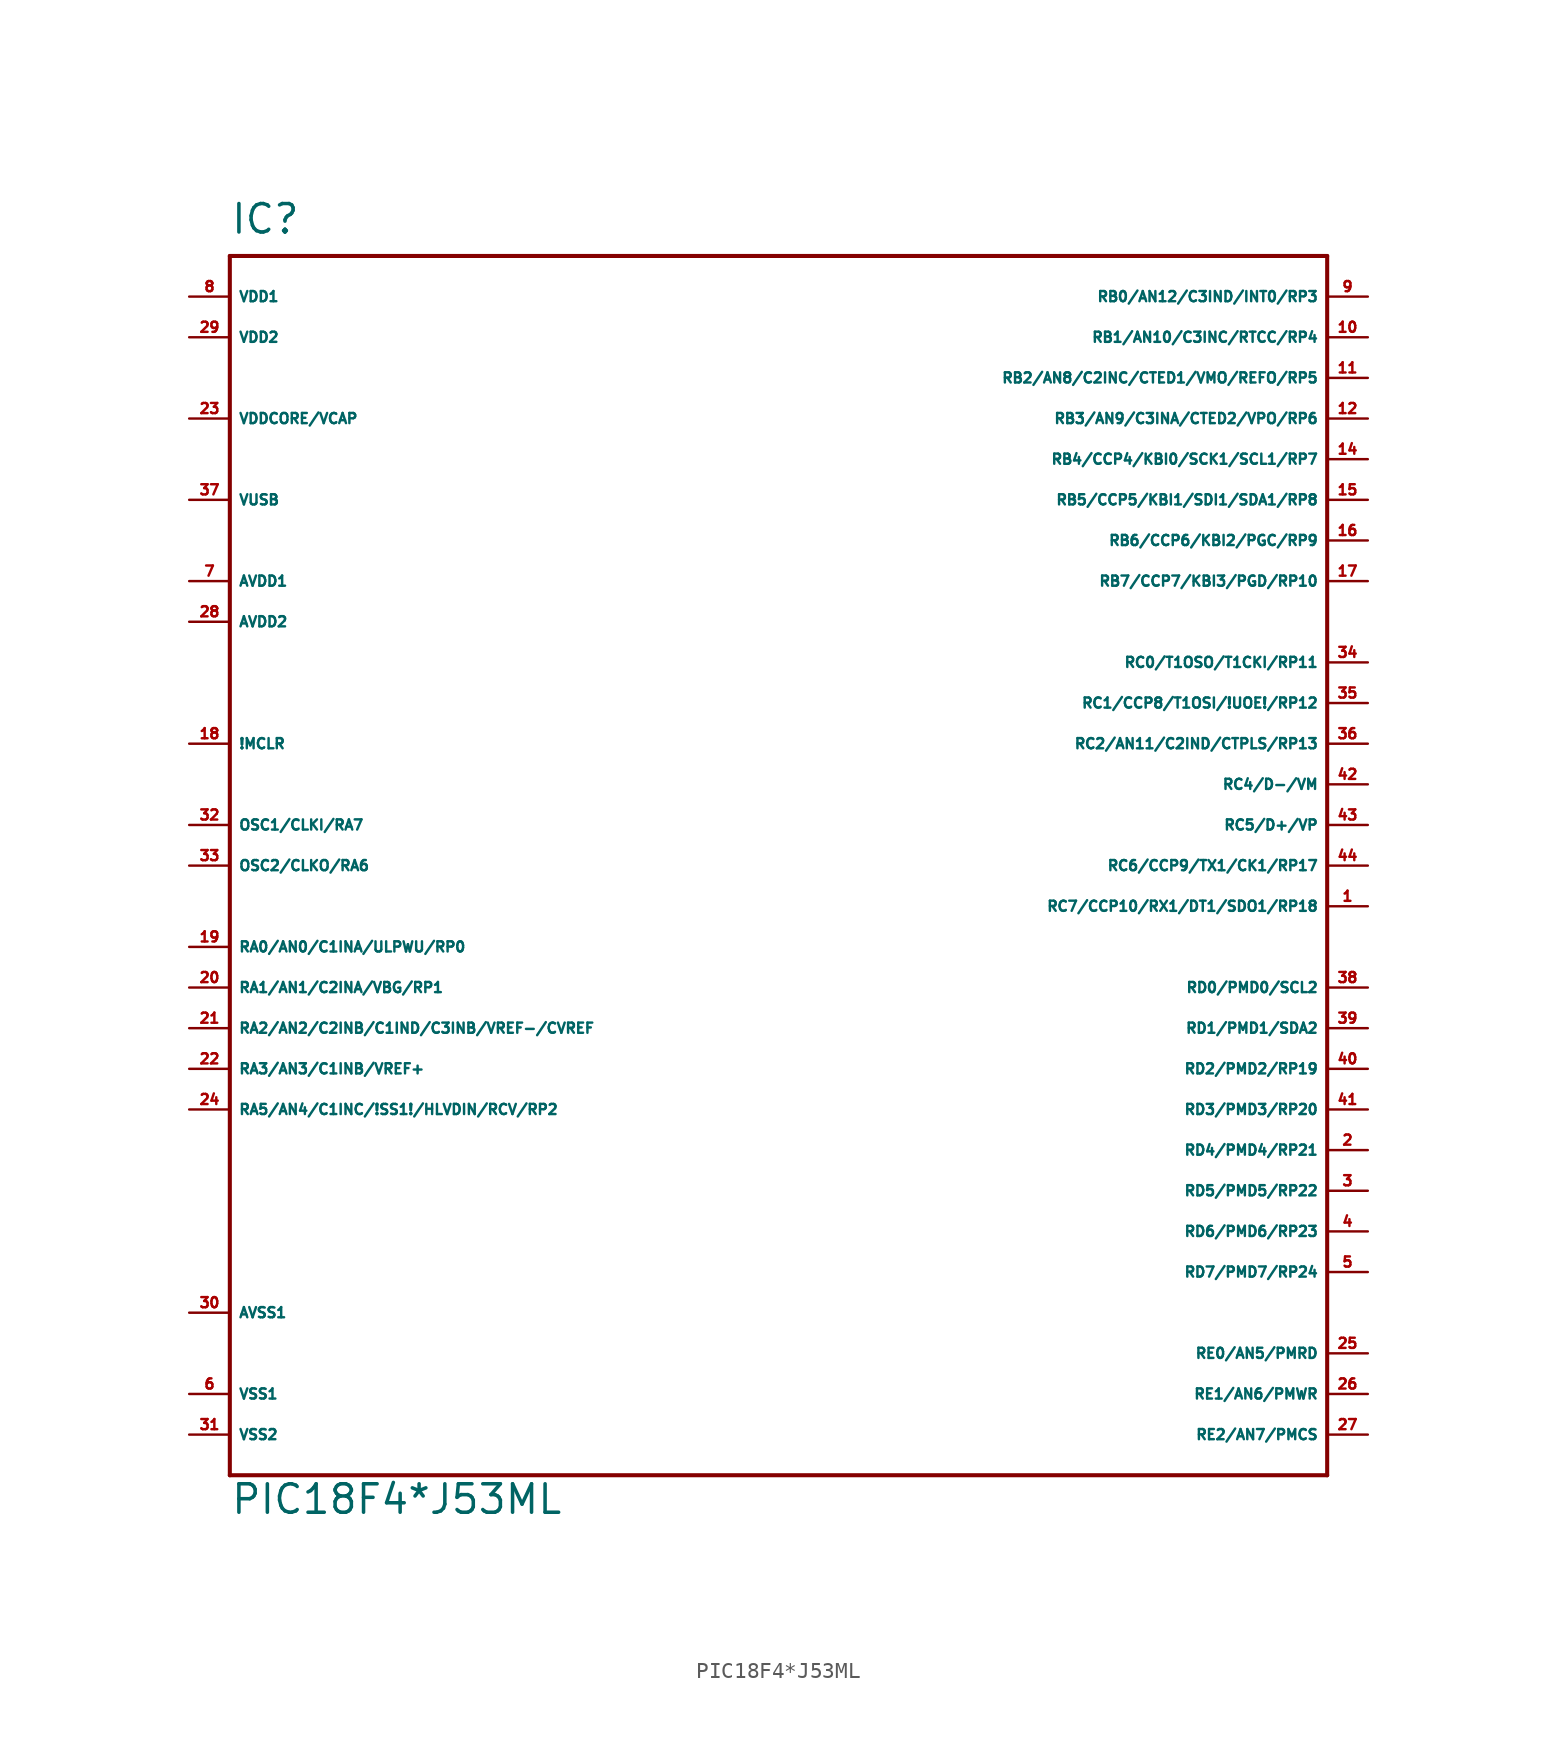
<source format=kicad_sym>
(kicad_symbol_lib
  (version 20220914)
  (generator Eagle2Kicad)
  (symbol "PIC18F4*J53ML"
    (property "Reference" "IC"
      (at -33.02 39.37 0)
      (effects (font (size 1.778 1.778) (thickness 0.22)) (justify left bottom)))
    (property "Value" "PIC18F4*J53ML"
      (at -33.02 -40.64 0)
      (effects (font (size 1.778 1.778) (thickness 0.22)) (justify left bottom)))
    (polyline
      (pts (xy -33.02 38.1) (xy 35.56 38.1))
      (stroke (width 0.254) (type default))
      (fill (type none)))
    (polyline
      (pts (xy 35.56 38.1) (xy 35.56 -38.1))
      (stroke (width 0.254) (type default))
      (fill (type none)))
    (polyline
      (pts (xy 35.56 -38.1) (xy -33.02 -38.1))
      (stroke (width 0.254) (type default))
      (fill (type none)))
    (polyline
      (pts (xy -33.02 -38.1) (xy -33.02 38.1))
      (stroke (width 0.254) (type default))
      (fill (type none)))
    (pin input line
      (at -35.56 7.62 0)
      (length 2.54)
      (name "!MCLR" (effects (font (size 0.635 0.635) (thickness 0.08)) (justify left bottom)))
      (number "18" (effects (font (size 0.635 0.635) (thickness 0.08)) (justify left bottom))))
    (pin bidirectional line
      (at -35.56 2.54 0)
      (length 2.54)
      (name "OSC1/CLKI/RA7" (effects (font (size 0.635 0.635) (thickness 0.08)) (justify left bottom)))
      (number "32" (effects (font (size 0.635 0.635) (thickness 0.08)) (justify left bottom))))
    (pin bidirectional line
      (at -35.56 0 0)
      (length 2.54)
      (name "OSC2/CLKO/RA6" (effects (font (size 0.635 0.635) (thickness 0.08)) (justify left bottom)))
      (number "33" (effects (font (size 0.635 0.635) (thickness 0.08)) (justify left bottom))))
    (pin bidirectional line
      (at -35.56 -5.08 0)
      (length 2.54)
      (name "RA0/AN0/C1INA/ULPWU/RP0" (effects (font (size 0.635 0.635) (thickness 0.08)) (justify left bottom)))
      (number "19" (effects (font (size 0.635 0.635) (thickness 0.08)) (justify left bottom))))
    (pin bidirectional line
      (at -35.56 -7.62 0)
      (length 2.54)
      (name "RA1/AN1/C2INA/VBG/RP1" (effects (font (size 0.635 0.635) (thickness 0.08)) (justify left bottom)))
      (number "20" (effects (font (size 0.635 0.635) (thickness 0.08)) (justify left bottom))))
    (pin bidirectional line
      (at -35.56 -10.16 0)
      (length 2.54)
      (name "RA2/AN2/C2INB/C1IND/C3INB/VREF-/CVREF" (effects (font (size 0.635 0.635) (thickness 0.08)) (justify left bottom)))
      (number "21" (effects (font (size 0.635 0.635) (thickness 0.08)) (justify left bottom))))
    (pin bidirectional line
      (at -35.56 -12.7 0)
      (length 2.54)
      (name "RA3/AN3/C1INB/VREF+" (effects (font (size 0.635 0.635) (thickness 0.08)) (justify left bottom)))
      (number "22" (effects (font (size 0.635 0.635) (thickness 0.08)) (justify left bottom))))
    (pin bidirectional line
      (at -35.56 -15.24 0)
      (length 2.54)
      (name "RA5/AN4/C1INC/!SS1!/HLVDIN/RCV/RP2" (effects (font (size 0.635 0.635) (thickness 0.08)) (justify left bottom)))
      (number "24" (effects (font (size 0.635 0.635) (thickness 0.08)) (justify left bottom))))
    (pin bidirectional line
      (at 38.1 35.56 180)
      (length 2.54)
      (name "RB0/AN12/C3IND/INT0/RP3" (effects (font (size 0.635 0.635) (thickness 0.08)) (justify left bottom)))
      (number "9" (effects (font (size 0.635 0.635) (thickness 0.08)) (justify left bottom))))
    (pin bidirectional line
      (at 38.1 33.02 180)
      (length 2.54)
      (name "RB1/AN10/C3INC/RTCC/RP4" (effects (font (size 0.635 0.635) (thickness 0.08)) (justify left bottom)))
      (number "10" (effects (font (size 0.635 0.635) (thickness 0.08)) (justify left bottom))))
    (pin bidirectional line
      (at 38.1 30.48 180)
      (length 2.54)
      (name "RB2/AN8/C2INC/CTED1/VMO/REFO/RP5" (effects (font (size 0.635 0.635) (thickness 0.08)) (justify left bottom)))
      (number "11" (effects (font (size 0.635 0.635) (thickness 0.08)) (justify left bottom))))
    (pin bidirectional line
      (at 38.1 27.94 180)
      (length 2.54)
      (name "RB3/AN9/C3INA/CTED2/VPO/RP6" (effects (font (size 0.635 0.635) (thickness 0.08)) (justify left bottom)))
      (number "12" (effects (font (size 0.635 0.635) (thickness 0.08)) (justify left bottom))))
    (pin bidirectional line
      (at 38.1 25.4 180)
      (length 2.54)
      (name "RB4/CCP4/KBI0/SCK1/SCL1/RP7" (effects (font (size 0.635 0.635) (thickness 0.08)) (justify left bottom)))
      (number "14" (effects (font (size 0.635 0.635) (thickness 0.08)) (justify left bottom))))
    (pin bidirectional line
      (at 38.1 22.86 180)
      (length 2.54)
      (name "RB5/CCP5/KBI1/SDI1/SDA1/RP8" (effects (font (size 0.635 0.635) (thickness 0.08)) (justify left bottom)))
      (number "15" (effects (font (size 0.635 0.635) (thickness 0.08)) (justify left bottom))))
    (pin bidirectional line
      (at 38.1 20.32 180)
      (length 2.54)
      (name "RB6/CCP6/KBI2/PGC/RP9" (effects (font (size 0.635 0.635) (thickness 0.08)) (justify left bottom)))
      (number "16" (effects (font (size 0.635 0.635) (thickness 0.08)) (justify left bottom))))
    (pin bidirectional line
      (at 38.1 17.78 180)
      (length 2.54)
      (name "RB7/CCP7/KBI3/PGD/RP10" (effects (font (size 0.635 0.635) (thickness 0.08)) (justify left bottom)))
      (number "17" (effects (font (size 0.635 0.635) (thickness 0.08)) (justify left bottom))))
    (pin bidirectional line
      (at 38.1 12.7 180)
      (length 2.54)
      (name "RC0/T1OSO/T1CKI/RP11" (effects (font (size 0.635 0.635) (thickness 0.08)) (justify left bottom)))
      (number "34" (effects (font (size 0.635 0.635) (thickness 0.08)) (justify left bottom))))
    (pin bidirectional line
      (at 38.1 10.16 180)
      (length 2.54)
      (name "RC1/CCP8/T1OSI/!UOE!/RP12" (effects (font (size 0.635 0.635) (thickness 0.08)) (justify left bottom)))
      (number "35" (effects (font (size 0.635 0.635) (thickness 0.08)) (justify left bottom))))
    (pin bidirectional line
      (at 38.1 7.62 180)
      (length 2.54)
      (name "RC2/AN11/C2IND/CTPLS/RP13" (effects (font (size 0.635 0.635) (thickness 0.08)) (justify left bottom)))
      (number "36" (effects (font (size 0.635 0.635) (thickness 0.08)) (justify left bottom))))
    (pin bidirectional line
      (at 38.1 5.08 180)
      (length 2.54)
      (name "RC4/D-/VM" (effects (font (size 0.635 0.635) (thickness 0.08)) (justify left bottom)))
      (number "42" (effects (font (size 0.635 0.635) (thickness 0.08)) (justify left bottom))))
    (pin bidirectional line
      (at 38.1 2.54 180)
      (length 2.54)
      (name "RC5/D+/VP" (effects (font (size 0.635 0.635) (thickness 0.08)) (justify left bottom)))
      (number "43" (effects (font (size 0.635 0.635) (thickness 0.08)) (justify left bottom))))
    (pin bidirectional line
      (at 38.1 0 180)
      (length 2.54)
      (name "RC6/CCP9/TX1/CK1/RP17" (effects (font (size 0.635 0.635) (thickness 0.08)) (justify left bottom)))
      (number "44" (effects (font (size 0.635 0.635) (thickness 0.08)) (justify left bottom))))
    (pin bidirectional line
      (at 38.1 -2.54 180)
      (length 2.54)
      (name "RC7/CCP10/RX1/DT1/SDO1/RP18" (effects (font (size 0.635 0.635) (thickness 0.08)) (justify left bottom)))
      (number "1" (effects (font (size 0.635 0.635) (thickness 0.08)) (justify left bottom))))
    (pin input line
      (at -35.56 -33.02 0)
      (length 2.54)
      (name "VSS1" (effects (font (size 0.635 0.635) (thickness 0.08)) (justify left bottom)))
      (number "6" (effects (font (size 0.635 0.635) (thickness 0.08)) (justify left bottom))))
    (pin input line
      (at -35.56 -35.56 0)
      (length 2.54)
      (name "VSS2" (effects (font (size 0.635 0.635) (thickness 0.08)) (justify left bottom)))
      (number "31" (effects (font (size 0.635 0.635) (thickness 0.08)) (justify left bottom))))
    (pin input line
      (at -35.56 35.56 0)
      (length 2.54)
      (name "VDD1" (effects (font (size 0.635 0.635) (thickness 0.08)) (justify left bottom)))
      (number "8" (effects (font (size 0.635 0.635) (thickness 0.08)) (justify left bottom))))
    (pin input line
      (at -35.56 27.94 0)
      (length 2.54)
      (name "VDDCORE/VCAP" (effects (font (size 0.635 0.635) (thickness 0.08)) (justify left bottom)))
      (number "23" (effects (font (size 0.635 0.635) (thickness 0.08)) (justify left bottom))))
    (pin input line
      (at -35.56 22.86 0)
      (length 2.54)
      (name "VUSB" (effects (font (size 0.635 0.635) (thickness 0.08)) (justify left bottom)))
      (number "37" (effects (font (size 0.635 0.635) (thickness 0.08)) (justify left bottom))))
    (pin bidirectional line
      (at 38.1 -7.62 180)
      (length 2.54)
      (name "RD0/PMD0/SCL2" (effects (font (size 0.635 0.635) (thickness 0.08)) (justify left bottom)))
      (number "38" (effects (font (size 0.635 0.635) (thickness 0.08)) (justify left bottom))))
    (pin bidirectional line
      (at 38.1 -10.16 180)
      (length 2.54)
      (name "RD1/PMD1/SDA2" (effects (font (size 0.635 0.635) (thickness 0.08)) (justify left bottom)))
      (number "39" (effects (font (size 0.635 0.635) (thickness 0.08)) (justify left bottom))))
    (pin bidirectional line
      (at 38.1 -12.7 180)
      (length 2.54)
      (name "RD2/PMD2/RP19" (effects (font (size 0.635 0.635) (thickness 0.08)) (justify left bottom)))
      (number "40" (effects (font (size 0.635 0.635) (thickness 0.08)) (justify left bottom))))
    (pin bidirectional line
      (at 38.1 -15.24 180)
      (length 2.54)
      (name "RD3/PMD3/RP20" (effects (font (size 0.635 0.635) (thickness 0.08)) (justify left bottom)))
      (number "41" (effects (font (size 0.635 0.635) (thickness 0.08)) (justify left bottom))))
    (pin bidirectional line
      (at 38.1 -17.78 180)
      (length 2.54)
      (name "RD4/PMD4/RP21" (effects (font (size 0.635 0.635) (thickness 0.08)) (justify left bottom)))
      (number "2" (effects (font (size 0.635 0.635) (thickness 0.08)) (justify left bottom))))
    (pin bidirectional line
      (at 38.1 -20.32 180)
      (length 2.54)
      (name "RD5/PMD5/RP22" (effects (font (size 0.635 0.635) (thickness 0.08)) (justify left bottom)))
      (number "3" (effects (font (size 0.635 0.635) (thickness 0.08)) (justify left bottom))))
    (pin bidirectional line
      (at 38.1 -22.86 180)
      (length 2.54)
      (name "RD6/PMD6/RP23" (effects (font (size 0.635 0.635) (thickness 0.08)) (justify left bottom)))
      (number "4" (effects (font (size 0.635 0.635) (thickness 0.08)) (justify left bottom))))
    (pin bidirectional line
      (at 38.1 -25.4 180)
      (length 2.54)
      (name "RD7/PMD7/RP24" (effects (font (size 0.635 0.635) (thickness 0.08)) (justify left bottom)))
      (number "5" (effects (font (size 0.635 0.635) (thickness 0.08)) (justify left bottom))))
    (pin bidirectional line
      (at 38.1 -30.48 180)
      (length 2.54)
      (name "RE0/AN5/PMRD" (effects (font (size 0.635 0.635) (thickness 0.08)) (justify left bottom)))
      (number "25" (effects (font (size 0.635 0.635) (thickness 0.08)) (justify left bottom))))
    (pin bidirectional line
      (at 38.1 -33.02 180)
      (length 2.54)
      (name "RE1/AN6/PMWR" (effects (font (size 0.635 0.635) (thickness 0.08)) (justify left bottom)))
      (number "26" (effects (font (size 0.635 0.635) (thickness 0.08)) (justify left bottom))))
    (pin bidirectional line
      (at 38.1 -35.56 180)
      (length 2.54)
      (name "RE2/AN7/PMCS" (effects (font (size 0.635 0.635) (thickness 0.08)) (justify left bottom)))
      (number "27" (effects (font (size 0.635 0.635) (thickness 0.08)) (justify left bottom))))
    (pin input line
      (at -35.56 -27.94 0)
      (length 2.54)
      (name "AVSS1" (effects (font (size 0.635 0.635) (thickness 0.08)) (justify left bottom)))
      (number "30" (effects (font (size 0.635 0.635) (thickness 0.08)) (justify left bottom))))
    (pin input line
      (at -35.56 33.02 0)
      (length 2.54)
      (name "VDD2" (effects (font (size 0.635 0.635) (thickness 0.08)) (justify left bottom)))
      (number "29" (effects (font (size 0.635 0.635) (thickness 0.08)) (justify left bottom))))
    (pin input line
      (at -35.56 17.78 0)
      (length 2.54)
      (name "AVDD1" (effects (font (size 0.635 0.635) (thickness 0.08)) (justify left bottom)))
      (number "7" (effects (font (size 0.635 0.635) (thickness 0.08)) (justify left bottom))))
    (pin input line
      (at -35.56 15.24 0)
      (length 2.54)
      (name "AVDD2" (effects (font (size 0.635 0.635) (thickness 0.08)) (justify left bottom)))
      (number "28" (effects (font (size 0.635 0.635) (thickness 0.08)) (justify left bottom))))))
</source>
